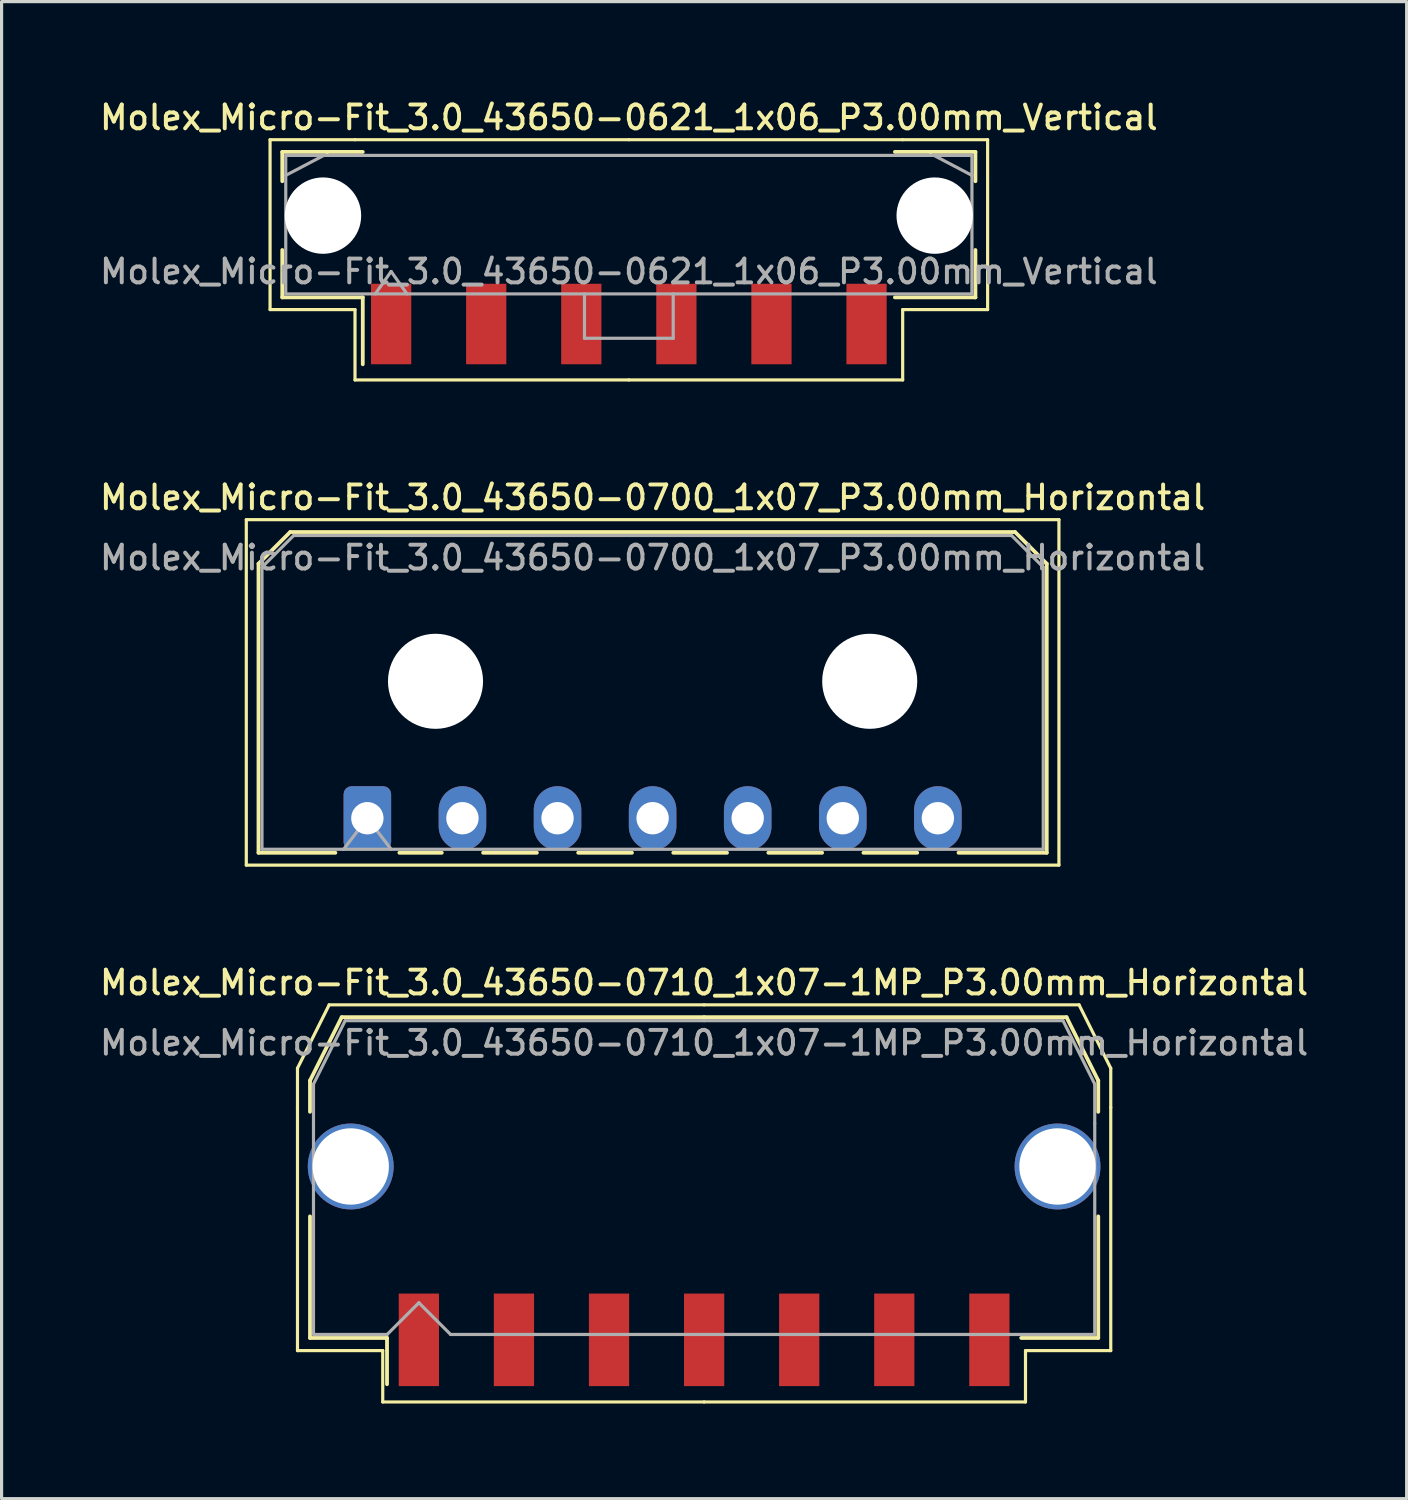
<source format=kicad_pcb>
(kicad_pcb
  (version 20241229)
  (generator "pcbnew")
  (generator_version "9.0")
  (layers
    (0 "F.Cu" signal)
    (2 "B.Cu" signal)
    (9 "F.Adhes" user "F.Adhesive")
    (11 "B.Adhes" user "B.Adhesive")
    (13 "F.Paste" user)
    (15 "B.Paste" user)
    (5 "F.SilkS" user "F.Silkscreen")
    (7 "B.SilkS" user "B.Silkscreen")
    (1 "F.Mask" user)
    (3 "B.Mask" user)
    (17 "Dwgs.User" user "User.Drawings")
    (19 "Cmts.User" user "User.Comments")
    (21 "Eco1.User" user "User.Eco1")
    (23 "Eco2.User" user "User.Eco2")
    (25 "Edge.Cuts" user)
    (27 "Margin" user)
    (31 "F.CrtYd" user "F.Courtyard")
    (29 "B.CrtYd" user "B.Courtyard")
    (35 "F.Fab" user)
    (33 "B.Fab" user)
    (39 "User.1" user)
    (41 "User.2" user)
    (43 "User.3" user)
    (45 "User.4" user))
  (footprint "Molex_Micro-Fit_3.0_43650-0621_1x06_P3.00mm_Vertical"
    (layer "F.Cu")
    (at 16.791 4.038)
    (property "Reference" "Molex_Micro-Fit_3.0_43650-0621_1x06_P3.00mm_Vertical" (at 0 -3.38 0) (layer "F.SilkS") (effects (font (size 0.75 0.75) (thickness 0.125))))
    (attr smd)
    (fp_line (start -11.32 -2.68) (end -11.32 2.68) (stroke (width 0.1) (type solid)) (layer "F.SilkS"))
    (fp_line (start -11.32 2.68) (end -8.64 2.68) (stroke (width 0.1) (type solid)) (layer "F.SilkS"))
    (fp_line (start -10.935 -2.295) (end -9.515 -2.295) (stroke (width 0.12) (type solid)) (layer "F.SilkS"))
    (fp_line (start -10.935 -1.37) (end -10.935 -2.295) (stroke (width 0.12) (type solid)) (layer "F.SilkS"))
    (fp_line (start -10.935 0.8) (end -10.935 2.295) (stroke (width 0.12) (type solid)) (layer "F.SilkS"))
    (fp_line (start -10.935 2.295) (end -8.395 2.295) (stroke (width 0.12) (type solid)) (layer "F.SilkS"))
    (fp_line (start -9.515 -2.295) (end -9.515 -2.295) (stroke (width 0.12) (type solid)) (layer "F.SilkS"))
    (fp_line (start -9.515 -2.295) (end -8.395 -2.295) (stroke (width 0.12) (type solid)) (layer "F.SilkS"))
    (fp_line (start -8.64 -2.68) (end -11.32 -2.68) (stroke (width 0.1) (type solid)) (layer "F.SilkS"))
    (fp_line (start -8.64 2.68) (end -8.64 4.9) (stroke (width 0.1) (type solid)) (layer "F.SilkS"))
    (fp_line (start -8.64 4.9) (end 0 4.9) (stroke (width 0.1) (type solid)) (layer "F.SilkS"))
    (fp_line (start -8.395 2.295) (end -8.395 4.405) (stroke (width 0.12) (type solid)) (layer "F.SilkS"))
    (fp_line (start 0 -2.68) (end -8.64 -2.68) (stroke (width 0.1) (type solid)) (layer "F.SilkS"))
    (fp_line (start 0 -2.68) (end 8.64 -2.68) (stroke (width 0.1) (type solid)) (layer "F.SilkS"))
    (fp_line (start 8.64 -2.68) (end 11.32 -2.68) (stroke (width 0.1) (type solid)) (layer "F.SilkS"))
    (fp_line (start 8.64 2.68) (end 8.64 4.9) (stroke (width 0.1) (type solid)) (layer "F.SilkS"))
    (fp_line (start 8.64 4.9) (end 0 4.9) (stroke (width 0.1) (type solid)) (layer "F.SilkS"))
    (fp_line (start 9.515 -2.295) (end 8.395 -2.295) (stroke (width 0.12) (type solid)) (layer "F.SilkS"))
    (fp_line (start 9.515 -2.295) (end 9.515 -2.295) (stroke (width 0.12) (type solid)) (layer "F.SilkS"))
    (fp_line (start 10.935 -2.295) (end 9.515 -2.295) (stroke (width 0.12) (type solid)) (layer "F.SilkS"))
    (fp_line (start 10.935 -1.37) (end 10.935 -2.295) (stroke (width 0.12) (type solid)) (layer "F.SilkS"))
    (fp_line (start 10.935 0.8) (end 10.935 2.295) (stroke (width 0.12) (type solid)) (layer "F.SilkS"))
    (fp_line (start 10.935 2.295) (end 8.395 2.295) (stroke (width 0.12) (type solid)) (layer "F.SilkS"))
    (fp_line (start 11.32 -2.68) (end 11.32 2.68) (stroke (width 0.1) (type solid)) (layer "F.SilkS"))
    (fp_line (start 11.32 2.68) (end 8.64 2.68) (stroke (width 0.1) (type solid)) (layer "F.SilkS"))
    (fp_line (start -10.825 -2.185) (end -10.825 2.185) (stroke (width 0.1) (type solid)) (layer "F.Fab"))
    (fp_line (start -10.825 -1.555) (end -9.625 -2.185) (stroke (width 0.1) (type solid)) (layer "F.Fab"))
    (fp_line (start -10.825 2.185) (end 10.825 2.185) (stroke (width 0.1) (type solid)) (layer "F.Fab"))
    (fp_line (start -9.625 -2.185) (end -10.825 -2.185) (stroke (width 0.1) (type solid)) (layer "F.Fab"))
    (fp_line (start -9.625 -2.185) (end -9.625 -2.185) (stroke (width 0.1) (type solid)) (layer "F.Fab"))
    (fp_line (start -8 2.185) (end -7.5 1.478) (stroke (width 0.1) (type solid)) (layer "F.Fab"))
    (fp_line (start -7.5 1.478) (end -7 2.185) (stroke (width 0.1) (type solid)) (layer "F.Fab"))
    (fp_line (start -1.4 2.185) (end -1.4 3.585) (stroke (width 0.1) (type solid)) (layer "F.Fab"))
    (fp_line (start -1.4 3.585) (end 1.4 3.585) (stroke (width 0.1) (type solid)) (layer "F.Fab"))
    (fp_line (start 1.4 3.585) (end 1.4 2.185) (stroke (width 0.1) (type solid)) (layer "F.Fab"))
    (fp_line (start 9.625 -2.185) (end -9.625 -2.185) (stroke (width 0.1) (type solid)) (layer "F.Fab"))
    (fp_line (start 9.625 -2.185) (end 9.625 -2.185) (stroke (width 0.1) (type solid)) (layer "F.Fab"))
    (fp_line (start 10.825 -2.185) (end 9.625 -2.185) (stroke (width 0.1) (type solid)) (layer "F.Fab"))
    (fp_line (start 10.825 -1.555) (end 9.625 -2.185) (stroke (width 0.1) (type solid)) (layer "F.Fab"))
    (fp_line (start 10.825 2.185) (end 10.825 -2.185) (stroke (width 0.1) (type solid)) (layer "F.Fab"))
    (fp_text user "${REFERENCE}" (at 0 1.48 0) (layer "F.Fab") (effects (font (size 0.75 0.75) (thickness 0.125))))
    (pad "" np_thru_hole circle (at -9.65 -0.285) (size 2.41 2.41) (drill 2.41) (layers "*.Cu" "*.Mask"))
    (pad "" np_thru_hole circle (at 9.65 -0.285) (size 2.41 2.41) (drill 2.41) (layers "*.Cu" "*.Mask"))
    (pad "1" smd rect (at -7.5 3.135) (size 1.27 2.54) (layers "F.Cu" "F.Mask" "F.Paste"))
    (pad "2" smd rect (at -4.5 3.135) (size 1.27 2.54) (layers "F.Cu" "F.Mask" "F.Paste"))
    (pad "3" smd rect (at -1.5 3.135) (size 1.27 2.54) (layers "F.Cu" "F.Mask" "F.Paste"))
    (pad "4" smd rect (at 1.5 3.135) (size 1.27 2.54) (layers "F.Cu" "F.Mask" "F.Paste"))
    (pad "5" smd rect (at 4.5 3.135) (size 1.27 2.54) (layers "F.Cu" "F.Mask" "F.Paste"))
    (pad "6" smd rect (at 7.5 3.135) (size 1.27 2.54) (layers "F.Cu" "F.Mask" "F.Paste")))
  (footprint "Molex_Micro-Fit_3.0_43650-0700_1x07_P3.00mm_Horizontal"
    (layer "F.Cu")
    (at 8.541 22.766)
    (property "Reference" "Molex_Micro-Fit_3.0_43650-0700_1x07_P3.00mm_Horizontal" (at 9 -10.12 0) (layer "F.SilkS") (effects (font (size 0.75 0.75) (thickness 0.125))))
    (attr through_hole)
    (fp_line (start -3.82 -9.42) (end 21.82 -9.42) (stroke (width 0.1) (type solid)) (layer "F.SilkS"))
    (fp_line (start -3.82 1.48) (end -3.82 -9.42) (stroke (width 0.1) (type solid)) (layer "F.SilkS"))
    (fp_line (start -3.435 -8.03) (end -2.435 -9.03) (stroke (width 0.12) (type solid)) (layer "F.SilkS"))
    (fp_line (start -3.435 1.09) (end -3.435 -8.03) (stroke (width 0.12) (type solid)) (layer "F.SilkS"))
    (fp_line (start -3.435 1.09) (end -1.01 1.09) (stroke (width 0.12) (type solid)) (layer "F.SilkS"))
    (fp_line (start -2.435 -9.03) (end 20.435 -9.03) (stroke (width 0.12) (type solid)) (layer "F.SilkS"))
    (fp_line (start 1.01 1.09) (end 2.348 1.09) (stroke (width 0.12) (type solid)) (layer "F.SilkS"))
    (fp_line (start 3.652 1.09) (end 5.348 1.09) (stroke (width 0.12) (type solid)) (layer "F.SilkS"))
    (fp_line (start 6.652 1.09) (end 8.348 1.09) (stroke (width 0.12) (type solid)) (layer "F.SilkS"))
    (fp_line (start 9.652 1.09) (end 11.348 1.09) (stroke (width 0.12) (type solid)) (layer "F.SilkS"))
    (fp_line (start 12.652 1.09) (end 14.348 1.09) (stroke (width 0.12) (type solid)) (layer "F.SilkS"))
    (fp_line (start 15.652 1.09) (end 17.348 1.09) (stroke (width 0.12) (type solid)) (layer "F.SilkS"))
    (fp_line (start 20.435 -9.03) (end 21.435 -8.03) (stroke (width 0.12) (type solid)) (layer "F.SilkS"))
    (fp_line (start 21.435 -8.03) (end 21.435 1.09) (stroke (width 0.12) (type solid)) (layer "F.SilkS"))
    (fp_line (start 21.435 1.09) (end 18.652 1.09) (stroke (width 0.12) (type solid)) (layer "F.SilkS"))
    (fp_line (start 21.82 -9.42) (end 21.82 1.48) (stroke (width 0.1) (type solid)) (layer "F.SilkS"))
    (fp_line (start 21.82 1.48) (end -3.82 1.48) (stroke (width 0.1) (type solid)) (layer "F.SilkS"))
    (fp_line (start -3.325 -7.92) (end -2.325 -8.92) (stroke (width 0.1) (type solid)) (layer "F.Fab"))
    (fp_line (start -3.325 0.98) (end -3.325 -7.92) (stroke (width 0.1) (type solid)) (layer "F.Fab"))
    (fp_line (start -2.325 -8.92) (end 20.325 -8.92) (stroke (width 0.1) (type solid)) (layer "F.Fab"))
    (fp_line (start -0.75 0.98) (end 0 0) (stroke (width 0.1) (type solid)) (layer "F.Fab"))
    (fp_line (start 0 0) (end 0.75 0.98) (stroke (width 0.1) (type solid)) (layer "F.Fab"))
    (fp_line (start 20.325 -8.92) (end 21.325 -7.92) (stroke (width 0.1) (type solid)) (layer "F.Fab"))
    (fp_line (start 21.325 -7.92) (end 21.325 0.98) (stroke (width 0.1) (type solid)) (layer "F.Fab"))
    (fp_line (start 21.325 0.98) (end -3.325 0.98) (stroke (width 0.1) (type solid)) (layer "F.Fab"))
    (fp_text user "${REFERENCE}" (at 9 -8.22 0) (layer "F.Fab") (effects (font (size 0.75 0.75) (thickness 0.125))))
    (pad "" np_thru_hole circle (at 2.15 -4.32) (size 3 3) (drill 3) (layers "*.Cu" "*.Mask"))
    (pad "" np_thru_hole circle (at 15.85 -4.32) (size 3 3) (drill 3) (layers "*.Cu" "*.Mask"))
    (pad "1" thru_hole roundrect (at 0 0) (size 1.5 2.02) (drill 1.02) (layers "*.Cu" "*.Mask") (roundrect_rratio 0.167))
    (pad "2" thru_hole oval (at 3 0) (size 1.5 2.02) (drill 1.02) (layers "*.Cu" "*.Mask"))
    (pad "3" thru_hole oval (at 6 0) (size 1.5 2.02) (drill 1.02) (layers "*.Cu" "*.Mask"))
    (pad "4" thru_hole oval (at 9 0) (size 1.5 2.02) (drill 1.02) (layers "*.Cu" "*.Mask"))
    (pad "5" thru_hole oval (at 12 0) (size 1.5 2.02) (drill 1.02) (layers "*.Cu" "*.Mask"))
    (pad "6" thru_hole oval (at 15 0) (size 1.5 2.02) (drill 1.02) (layers "*.Cu" "*.Mask"))
    (pad "7" thru_hole oval (at 18 0) (size 1.5 2.02) (drill 1.02) (layers "*.Cu" "*.Mask")))
  (footprint "Molex_Micro-Fit_3.0_43650-0710_1x07-1MP_P3.00mm_Horizontal"
    (layer "F.Cu")
    (at 19.166 34.104)
    (property "Reference" "Molex_Micro-Fit_3.0_43650-0710_1x07-1MP_P3.00mm_Horizontal" (at 0 -6.15 0) (layer "F.SilkS") (effects (font (size 0.75 0.75) (thickness 0.125))))
    (attr smd)
    (fp_line (start -12.83 -3.45) (end -12.83 -2.21) (stroke (width 0.1) (type solid)) (layer "F.SilkS"))
    (fp_line (start -12.83 -2.21) (end -12.83 5.46) (stroke (width 0.1) (type solid)) (layer "F.SilkS"))
    (fp_line (start -12.83 5.46) (end -10.14 5.46) (stroke (width 0.1) (type solid)) (layer "F.SilkS"))
    (fp_line (start -12.435 -3.06) (end -12.435 -2.075) (stroke (width 0.12) (type solid)) (layer "F.SilkS"))
    (fp_line (start -12.435 1.225) (end -12.435 5.06) (stroke (width 0.12) (type solid)) (layer "F.SilkS"))
    (fp_line (start -12.435 5.06) (end -10.005 5.06) (stroke (width 0.12) (type solid)) (layer "F.SilkS"))
    (fp_line (start -11.83 -5.45) (end -12.83 -3.45) (stroke (width 0.1) (type solid)) (layer "F.SilkS"))
    (fp_line (start -11.435 -5.06) (end -12.435 -3.06) (stroke (width 0.12) (type solid)) (layer "F.SilkS"))
    (fp_line (start -10.14 5.46) (end -10.14 7.08) (stroke (width 0.1) (type solid)) (layer "F.SilkS"))
    (fp_line (start -10.14 7.08) (end 0 7.08) (stroke (width 0.1) (type solid)) (layer "F.SilkS"))
    (fp_line (start -10.005 5.06) (end -10.005 6.52) (stroke (width 0.12) (type solid)) (layer "F.SilkS"))
    (fp_line (start 0 -5.45) (end -11.83 -5.45) (stroke (width 0.1) (type solid)) (layer "F.SilkS"))
    (fp_line (start 0 -5.45) (end 11.83 -5.45) (stroke (width 0.1) (type solid)) (layer "F.SilkS"))
    (fp_line (start 0 -5.06) (end -11.435 -5.06) (stroke (width 0.12) (type solid)) (layer "F.SilkS"))
    (fp_line (start 0 -5.06) (end 11.435 -5.06) (stroke (width 0.12) (type solid)) (layer "F.SilkS"))
    (fp_line (start 10.14 5.46) (end 10.14 7.08) (stroke (width 0.1) (type solid)) (layer "F.SilkS"))
    (fp_line (start 10.14 7.08) (end 0 7.08) (stroke (width 0.1) (type solid)) (layer "F.SilkS"))
    (fp_line (start 11.435 -5.06) (end 12.435 -3.06) (stroke (width 0.12) (type solid)) (layer "F.SilkS"))
    (fp_line (start 11.83 -5.45) (end 12.83 -3.45) (stroke (width 0.1) (type solid)) (layer "F.SilkS"))
    (fp_line (start 12.435 -3.06) (end 12.435 -2.075) (stroke (width 0.12) (type solid)) (layer "F.SilkS"))
    (fp_line (start 12.435 1.225) (end 12.435 5.06) (stroke (width 0.12) (type solid)) (layer "F.SilkS"))
    (fp_line (start 12.435 5.06) (end 10.005 5.06) (stroke (width 0.12) (type solid)) (layer "F.SilkS"))
    (fp_line (start 12.83 -3.45) (end 12.83 -2.21) (stroke (width 0.1) (type solid)) (layer "F.SilkS"))
    (fp_line (start 12.83 -2.21) (end 12.83 5.46) (stroke (width 0.1) (type solid)) (layer "F.SilkS"))
    (fp_line (start 12.83 5.46) (end 10.14 5.46) (stroke (width 0.1) (type solid)) (layer "F.SilkS"))
    (fp_line (start -12.325 -2.95) (end -12.325 -1.705) (stroke (width 0.1) (type solid)) (layer "F.Fab"))
    (fp_line (start -12.325 -1.705) (end -12.325 4.95) (stroke (width 0.1) (type solid)) (layer "F.Fab"))
    (fp_line (start -12.325 4.95) (end -10 4.95) (stroke (width 0.1) (type solid)) (layer "F.Fab"))
    (fp_line (start -11.325 -4.95) (end -12.325 -2.95) (stroke (width 0.1) (type solid)) (layer "F.Fab"))
    (fp_line (start -10 4.95) (end -9 3.95) (stroke (width 0.1) (type solid)) (layer "F.Fab"))
    (fp_line (start -9 3.95) (end -8 4.95) (stroke (width 0.1) (type solid)) (layer "F.Fab"))
    (fp_line (start -8 4.95) (end 0 4.95) (stroke (width 0.1) (type solid)) (layer "F.Fab"))
    (fp_line (start 0 -4.95) (end -11.325 -4.95) (stroke (width 0.1) (type solid)) (layer "F.Fab"))
    (fp_line (start 0 -4.95) (end 11.325 -4.95) (stroke (width 0.1) (type solid)) (layer "F.Fab"))
    (fp_line (start 9.635 4.95) (end 0 4.95) (stroke (width 0.1) (type solid)) (layer "F.Fab"))
    (fp_line (start 11.325 -4.95) (end 12.325 -2.95) (stroke (width 0.1) (type solid)) (layer "F.Fab"))
    (fp_line (start 12.325 -2.95) (end 12.325 -1.705) (stroke (width 0.1) (type solid)) (layer "F.Fab"))
    (fp_line (start 12.325 -1.705) (end 12.325 4.95) (stroke (width 0.1) (type solid)) (layer "F.Fab"))
    (fp_line (start 12.325 4.95) (end 9.635 4.95) (stroke (width 0.1) (type solid)) (layer "F.Fab"))
    (fp_text user "${REFERENCE}" (at 0 -4.25 0) (layer "F.Fab") (effects (font (size 0.75 0.75) (thickness 0.125))))
    (pad "1" smd rect (at -9 5.12) (size 1.27 2.92) (layers "F.Cu" "F.Mask" "F.Paste"))
    (pad "2" smd rect (at -6 5.12) (size 1.27 2.92) (layers "F.Cu" "F.Mask" "F.Paste"))
    (pad "3" smd rect (at -3 5.12) (size 1.27 2.92) (layers "F.Cu" "F.Mask" "F.Paste"))
    (pad "4" smd rect (at 0 5.12) (size 1.27 2.92) (layers "F.Cu" "F.Mask" "F.Paste"))
    (pad "5" smd rect (at 3 5.12) (size 1.27 2.92) (layers "F.Cu" "F.Mask" "F.Paste"))
    (pad "6" smd rect (at 6 5.12) (size 1.27 2.92) (layers "F.Cu" "F.Mask" "F.Paste"))
    (pad "7" smd rect (at 9 5.12) (size 1.27 2.92) (layers "F.Cu" "F.Mask" "F.Paste"))
    (pad "MP" thru_hole circle (at -11.15 -0.35) (size 2.71 2.71) (drill 2.41) (property pad_prop_heatsink) (layers "*.Cu" "*.Mask"))
    (pad "MP" thru_hole circle (at 11.15 -0.35) (size 2.71 2.71) (drill 2.41) (property pad_prop_heatsink) (layers "*.Cu" "*.Mask")))
  (gr_rect
    (start -3 -3)
    (end 41.332 44.234)
    (stroke (width 0.1) (type default))
    (fill no)
    (layer "Edge.Cuts")))
</source>
